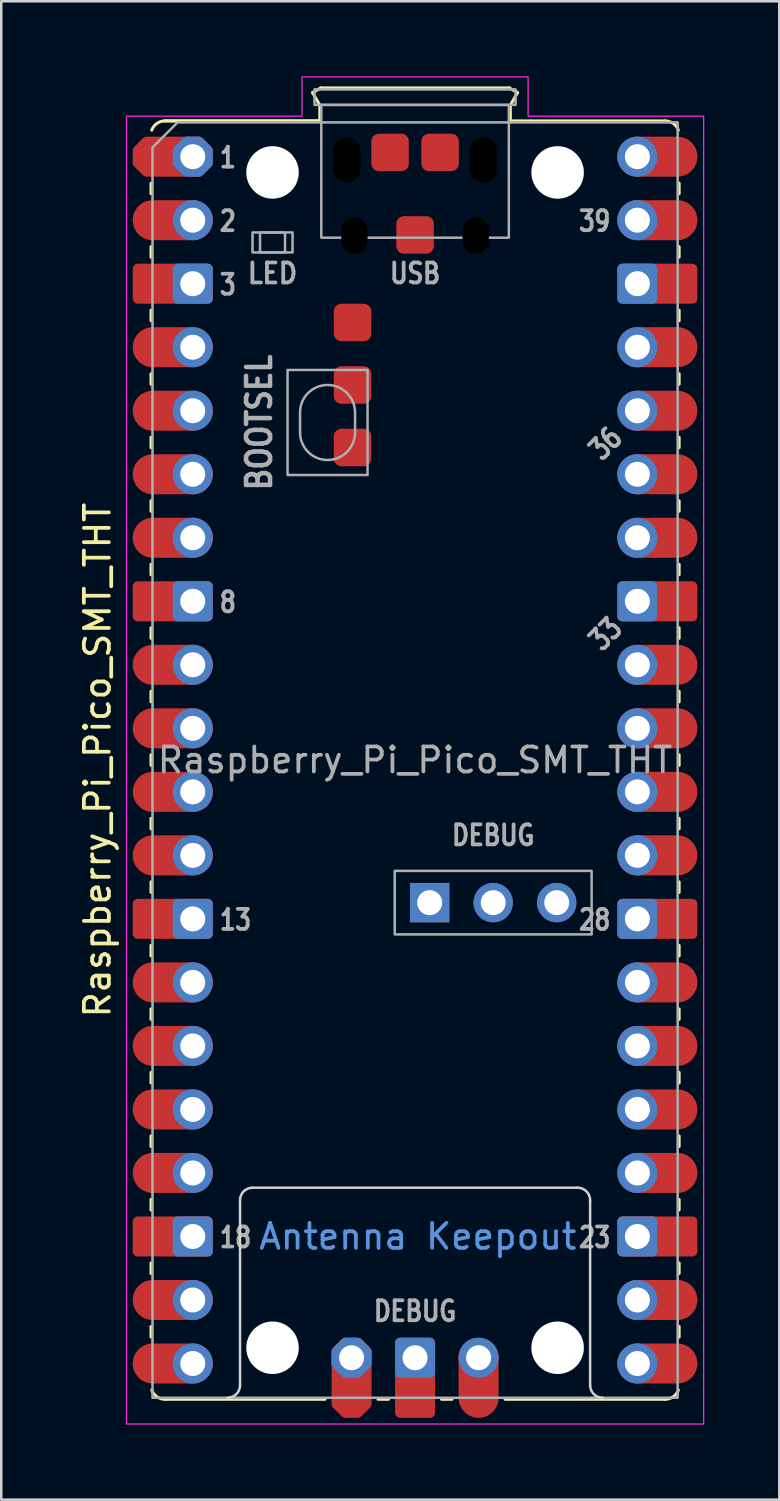
<source format=kicad_pcb>
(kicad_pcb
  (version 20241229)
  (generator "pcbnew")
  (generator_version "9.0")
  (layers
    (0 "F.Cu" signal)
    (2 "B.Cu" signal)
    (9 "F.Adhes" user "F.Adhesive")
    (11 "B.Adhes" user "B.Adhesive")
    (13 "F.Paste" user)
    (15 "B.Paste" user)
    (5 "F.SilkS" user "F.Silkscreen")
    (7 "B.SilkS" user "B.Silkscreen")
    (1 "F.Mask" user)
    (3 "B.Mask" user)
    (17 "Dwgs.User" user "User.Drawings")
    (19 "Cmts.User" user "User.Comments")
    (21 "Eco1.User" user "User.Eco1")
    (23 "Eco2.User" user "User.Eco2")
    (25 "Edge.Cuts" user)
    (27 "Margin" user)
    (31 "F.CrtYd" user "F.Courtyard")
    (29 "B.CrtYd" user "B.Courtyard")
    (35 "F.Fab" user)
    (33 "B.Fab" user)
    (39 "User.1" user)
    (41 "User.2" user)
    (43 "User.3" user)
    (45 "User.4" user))
  (footprint "Raspberry_Pi_Pico_SMT_THT"
    (layer "F.Cu")
    (at 4.658 3.215)
    (property "Reference" "Raspberry_Pi_Pico_SMT_THT" (at -3.81 24.13 270) (layer "F.SilkS") (effects (font (size 1 1) (thickness 0.15))))
    (attr through_hole)
    (fp_line (start -1.67 1.06) (end -1.67 1.48) (stroke (width 0.12) (type solid)) (layer "F.SilkS"))
    (fp_line (start -1.67 3.6) (end -1.67 4.02) (stroke (width 0.12) (type solid)) (layer "F.SilkS"))
    (fp_line (start -1.67 6.14) (end -1.67 6.56) (stroke (width 0.12) (type solid)) (layer "F.SilkS"))
    (fp_line (start -1.67 8.68) (end -1.67 9.1) (stroke (width 0.12) (type solid)) (layer "F.SilkS"))
    (fp_line (start -1.67 11.22) (end -1.67 11.64) (stroke (width 0.12) (type solid)) (layer "F.SilkS"))
    (fp_line (start -1.67 13.76) (end -1.67 14.18) (stroke (width 0.12) (type solid)) (layer "F.SilkS"))
    (fp_line (start -1.67 16.3) (end -1.67 16.72) (stroke (width 0.12) (type solid)) (layer "F.SilkS"))
    (fp_line (start -1.67 18.84) (end -1.67 19.26) (stroke (width 0.12) (type solid)) (layer "F.SilkS"))
    (fp_line (start -1.67 21.38) (end -1.67 21.8) (stroke (width 0.12) (type solid)) (layer "F.SilkS"))
    (fp_line (start -1.67 23.92) (end -1.67 24.34) (stroke (width 0.12) (type solid)) (layer "F.SilkS"))
    (fp_line (start -1.67 26.46) (end -1.67 26.88) (stroke (width 0.12) (type solid)) (layer "F.SilkS"))
    (fp_line (start -1.67 29) (end -1.67 29.42) (stroke (width 0.12) (type solid)) (layer "F.SilkS"))
    (fp_line (start -1.67 31.54) (end -1.67 31.96) (stroke (width 0.12) (type solid)) (layer "F.SilkS"))
    (fp_line (start -1.67 34.08) (end -1.67 34.5) (stroke (width 0.12) (type solid)) (layer "F.SilkS"))
    (fp_line (start -1.67 36.62) (end -1.67 37.04) (stroke (width 0.12) (type solid)) (layer "F.SilkS"))
    (fp_line (start -1.67 39.16) (end -1.67 39.58) (stroke (width 0.12) (type solid)) (layer "F.SilkS"))
    (fp_line (start -1.67 41.7) (end -1.67 42.12) (stroke (width 0.12) (type solid)) (layer "F.SilkS"))
    (fp_line (start -1.67 44.24) (end -1.67 44.66) (stroke (width 0.12) (type solid)) (layer "F.SilkS"))
    (fp_line (start -1.67 46.78) (end -1.67 47.2) (stroke (width 0.12) (type solid)) (layer "F.SilkS"))
    (fp_line (start -1.11 -1.43) (end 5.08 -1.43) (stroke (width 0.12) (type solid)) (layer "F.SilkS"))
    (fp_line (start -1.11 49.69) (end 5.29 49.69) (stroke (width 0.12) (type solid)) (layer "F.SilkS"))
    (fp_line (start 4.79 -2.56) (end 5.12 -2.75) (stroke (width 0.12) (type solid)) (layer "F.SilkS"))
    (fp_line (start 5.08 -2.06) (end 4.79 -2.56) (stroke (width 0.12) (type solid)) (layer "F.SilkS"))
    (fp_line (start 5.08 -1.43) (end -1.11 -1.43) (stroke (width 0.12) (type solid)) (layer "F.SilkS"))
    (fp_line (start 5.08 -1.43) (end 5.08 -2.06) (stroke (width 0.12) (type solid)) (layer "F.SilkS"))
    (fp_line (start 5.12 -2.75) (end 12.66 -2.75) (stroke (width 0.12) (type solid)) (layer "F.SilkS"))
    (fp_line (start 7.41 49.69) (end 7.83 49.69) (stroke (width 0.12) (type solid)) (layer "F.SilkS"))
    (fp_line (start 9.95 49.69) (end 10.37 49.69) (stroke (width 0.12) (type solid)) (layer "F.SilkS"))
    (fp_line (start 12.49 49.69) (end 18.89 49.69) (stroke (width 0.12) (type solid)) (layer "F.SilkS"))
    (fp_line (start 12.66 -2.75) (end 12.99 -2.56) (stroke (width 0.12) (type solid)) (layer "F.SilkS"))
    (fp_line (start 12.7 -2.06) (end 12.7 -1.43) (stroke (width 0.12) (type solid)) (layer "F.SilkS"))
    (fp_line (start 12.99 -2.56) (end 12.7 -2.06) (stroke (width 0.12) (type solid)) (layer "F.SilkS"))
    (fp_line (start 18.89 -1.43) (end 12.7 -1.43) (stroke (width 0.12) (type solid)) (layer "F.SilkS"))
    (fp_line (start 19.45 1.06) (end 19.45 1.48) (stroke (width 0.12) (type solid)) (layer "F.SilkS"))
    (fp_line (start 19.45 3.6) (end 19.45 4.02) (stroke (width 0.12) (type solid)) (layer "F.SilkS"))
    (fp_line (start 19.45 6.14) (end 19.45 6.56) (stroke (width 0.12) (type solid)) (layer "F.SilkS"))
    (fp_line (start 19.45 8.68) (end 19.45 9.1) (stroke (width 0.12) (type solid)) (layer "F.SilkS"))
    (fp_line (start 19.45 11.22) (end 19.45 11.64) (stroke (width 0.12) (type solid)) (layer "F.SilkS"))
    (fp_line (start 19.45 13.76) (end 19.45 14.18) (stroke (width 0.12) (type solid)) (layer "F.SilkS"))
    (fp_line (start 19.45 16.3) (end 19.45 16.72) (stroke (width 0.12) (type solid)) (layer "F.SilkS"))
    (fp_line (start 19.45 18.84) (end 19.45 19.26) (stroke (width 0.12) (type solid)) (layer "F.SilkS"))
    (fp_line (start 19.45 21.38) (end 19.45 21.8) (stroke (width 0.12) (type solid)) (layer "F.SilkS"))
    (fp_line (start 19.45 23.92) (end 19.45 24.34) (stroke (width 0.12) (type solid)) (layer "F.SilkS"))
    (fp_line (start 19.45 26.46) (end 19.45 26.88) (stroke (width 0.12) (type solid)) (layer "F.SilkS"))
    (fp_line (start 19.45 29) (end 19.45 29.42) (stroke (width 0.12) (type solid)) (layer "F.SilkS"))
    (fp_line (start 19.45 31.54) (end 19.45 31.96) (stroke (width 0.12) (type solid)) (layer "F.SilkS"))
    (fp_line (start 19.45 34.08) (end 19.45 34.5) (stroke (width 0.12) (type solid)) (layer "F.SilkS"))
    (fp_line (start 19.45 36.62) (end 19.45 37.04) (stroke (width 0.12) (type solid)) (layer "F.SilkS"))
    (fp_line (start 19.45 39.16) (end 19.45 39.58) (stroke (width 0.12) (type solid)) (layer "F.SilkS"))
    (fp_line (start 19.45 41.7) (end 19.45 42.12) (stroke (width 0.12) (type solid)) (layer "F.SilkS"))
    (fp_line (start 19.45 44.24) (end 19.45 44.66) (stroke (width 0.12) (type solid)) (layer "F.SilkS"))
    (fp_line (start 19.45 46.78) (end 19.45 47.2) (stroke (width 0.12) (type solid)) (layer "F.SilkS"))
    (fp_arc (start -1.64 -1.06) (mid -1.433508 -1.328808) (end -1.11 -1.43) (stroke (width 0.12) (type solid)) (layer "F.SilkS"))
    (fp_arc (start -1.11 49.69) (mid -1.433508 49.588809) (end -1.64 49.32) (stroke (width 0.12) (type solid)) (layer "F.SilkS"))
    (fp_arc (start 18.89 -1.43) (mid 19.213508 -1.328809) (end 19.42 -1.06) (stroke (width 0.12) (type solid)) (layer "F.SilkS"))
    (fp_arc (start 19.42 49.32) (mid 19.213508 49.588808) (end 18.89 49.69) (stroke (width 0.12) (type solid)) (layer "F.SilkS"))
    (fp_line (start 1.89 49.13) (end 1.89 41.73) (stroke (width 0.1) (type solid)) (layer "Edge.Cuts"))
    (fp_line (start 2.39 41.23) (end 15.39 41.23) (stroke (width 0.1) (type solid)) (layer "Edge.Cuts"))
    (fp_line (start 15.89 41.73) (end 15.89 49.13) (stroke (width 0.1) (type solid)) (layer "Edge.Cuts"))
    (fp_arc (start 1.89 41.73) (mid 2.036447 41.376447) (end 2.39 41.23) (stroke (width 0.1) (type solid)) (layer "Edge.Cuts"))
    (fp_arc (start 1.89 49.13) (mid 1.743553 49.483553) (end 1.39 49.63) (stroke (width 0.1) (type solid)) (layer "Edge.Cuts"))
    (fp_arc (start 15.39 41.23) (mid 15.743553 41.376447) (end 15.89 41.73) (stroke (width 0.1) (type solid)) (layer "Edge.Cuts"))
    (fp_arc (start 16.39 49.63) (mid 16.036447 49.483553) (end 15.89 49.13) (stroke (width 0.1) (type solid)) (layer "Edge.Cuts"))
    (fp_poly (pts (xy 13.41 -1.62) (xy 20.43 -1.62) (xy 20.43 50.68) (xy -2.65 50.68) (xy -2.65 -1.62) (xy 4.37 -1.62) (xy 4.37 -3.19) (xy 13.41 -3.19)) (stroke (width 0.05) (type solid)) (fill no) (layer "F.CrtYd"))
    (fp_line (start 4.29 10.23) (end 4.29 11.03) (stroke (width 0.1) (type solid)) (layer "F.Fab"))
    (fp_line (start 6.49 10.23) (end 6.49 11.03) (stroke (width 0.1) (type solid)) (layer "F.Fab"))
    (fp_rect (start 2.39 3.03) (end 3.99 3.83) (stroke (width 0.1) (type solid)) (fill no) (layer "F.Fab"))
    (fp_rect (start 2.69 3.03) (end 3.69 3.83) (stroke (width 0.1) (type solid)) (fill no) (layer "F.Fab"))
    (fp_rect (start 3.79 8.53) (end 6.99 12.73) (stroke (width 0.1) (type solid)) (fill no) (layer "F.Fab"))
    (fp_rect (start 4.87 -2.69) (end 12.91 -2.07) (stroke (width 0.1) (type solid)) (fill no) (layer "F.Fab"))
    (fp_rect (start 5.14 -2.07) (end 12.64 3.24) (stroke (width 0.1) (type solid)) (fill no) (layer "F.Fab"))
    (fp_rect (start 8.077 28.56) (end 15.951 31.1) (stroke (width 0.1) (type solid)) (fill no) (layer "F.Fab"))
    (fp_arc (start 4.29 10.23) (mid 5.39 9.13) (end 6.49 10.23) (stroke (width 0.1) (type solid)) (layer "F.Fab"))
    (fp_arc (start 6.49 11.03) (mid 5.39 12.13) (end 4.29 11.03) (stroke (width 0.1) (type solid)) (layer "F.Fab"))
    (fp_poly (pts (xy 19.39 49.63) (xy -1.61 49.63) (xy -1.61 -0.37) (xy -0.61 -1.37) (xy 19.39 -1.37)) (stroke (width 0.1) (type solid)) (fill no) (layer "F.Fab"))
    (fp_text user "Antenna Keepout" (at 9 43.18 0) (unlocked yes) (layer "Cmts.User") (effects (font (size 1 1) (thickness 0.15))))
    (fp_text user "18" (at 1 43.218 0) (unlocked yes) (layer "F.Fab") (effects (font (size 0.8 0.64) (thickness 0.15)) (justify left)))
    (fp_text user "28" (at 16.78 30.518 0) (unlocked yes) (layer "F.Fab") (effects (font (size 0.8 0.64) (thickness 0.15)) (justify right)))
    (fp_text user "2" (at 1 2.578 0) (unlocked yes) (layer "F.Fab") (effects (font (size 0.8 0.64) (thickness 0.15)) (justify left)))
    (fp_text user "${REFERENCE}" (at 8.89 24.13 0) (unlocked yes) (layer "F.Fab") (effects (font (size 1 1) (thickness 0.15))))
    (fp_text user "USB" (at 8.89 4.668 0) (unlocked yes) (layer "F.Fab") (effects (font (size 0.8 0.66) (thickness 0.15))))
    (fp_text user "BOOTSEL" (at 2.656 10.63 90) (unlocked yes) (layer "F.Fab") (effects (font (size 0.96 0.825) (thickness 0.18))))
    (fp_text user "39" (at 16.78 2.578 0) (unlocked yes) (layer "F.Fab") (effects (font (size 0.8 0.64) (thickness 0.15)) (justify right)))
    (fp_text user "3" (at 1 5.118 0) (unlocked yes) (layer "F.Fab") (effects (font (size 0.8 0.64) (thickness 0.15)) (justify left)))
    (fp_text user "8" (at 1 17.818 0) (unlocked yes) (layer "F.Fab") (effects (font (size 0.8 0.64) (thickness 0.15)) (justify left)))
    (fp_text user "33" (at 16.51 19.088 45) (unlocked yes) (layer "F.Fab") (effects (font (size 0.8 0.64) (thickness 0.15))))
    (fp_text user "LED" (at 3.19 4.668 0) (unlocked yes) (layer "F.Fab") (effects (font (size 0.8 0.72) (thickness 0.15))))
    (fp_text user "DEBUG" (at 12.014 27.138 0) (unlocked yes) (layer "F.Fab") (effects (font (size 0.8 0.66) (thickness 0.15))))
    (fp_text user "1" (at 1 0.038 0) (unlocked yes) (layer "F.Fab") (effects (font (size 0.8 0.64) (thickness 0.15)) (justify left)))
    (fp_text user "36" (at 16.51 11.468 45) (unlocked yes) (layer "F.Fab") (effects (font (size 0.8 0.64) (thickness 0.15))))
    (fp_text user "23" (at 16.78 43.218 0) (unlocked yes) (layer "F.Fab") (effects (font (size 0.8 0.64) (thickness 0.15)) (justify right)))
    (fp_text user "DEBUG" (at 8.89 46.168 0) (unlocked yes) (layer "F.Fab") (effects (font (size 0.8 0.66) (thickness 0.15))))
    (fp_text user "13" (at 1 30.518 0) (unlocked yes) (layer "F.Fab") (effects (font (size 0.8 0.64) (thickness 0.15)) (justify left)))
    (pad "" np_thru_hole circle (at 3.19 0.63) (size 2.1 2.1) (drill 2.1) (layers "*.Cu" "*.Mask"))
    (pad "" np_thru_hole circle (at 3.19 47.63) (size 2.1 2.1) (drill 2.1) (layers "*.Cu" "*.Mask"))
    (pad "" np_thru_hole oval (at 6.165 0.13) (size 1.1 1.8) (drill oval 1.1 1.8) (layers "*.Mask"))
    (pad "" np_thru_hole oval (at 6.465 3.16) (size 1.05 1.45) (drill oval 1.05 1.45) (layers "*.Mask"))
    (pad "" np_thru_hole oval (at 11.315 3.16) (size 1.05 1.45) (drill oval 1.05 1.45) (layers "*.Mask"))
    (pad "" np_thru_hole oval (at 11.615 0.13) (size 1.1 1.8) (drill oval 1.1 1.8) (layers "*.Mask"))
    (pad "" np_thru_hole circle (at 14.59 0.63) (size 2.1 2.1) (drill 2.1) (layers "*.Cu" "*.Mask"))
    (pad "" np_thru_hole circle (at 14.59 47.63) (size 2.1 2.1) (drill 2.1) (layers "*.Cu" "*.Mask"))
    (pad "1" smd custom (at -1.6 0) (size 1.6 1.6) (layers "F.Cu" "F.Mask") (options (anchor circle)) (primitives (gr_poly (pts (xy 2.2 0.249) (xy 1.849 0.6) (xy -0.249 0.6) (xy -0.6 0.249) (xy -0.6 -0.249) (xy -0.249 -0.6) (xy 1.849 -0.6) (xy 2.2 -0.249)) (width 0.4) (fill yes))))
    (pad "1" thru_hole custom (at 0 0) (size 1.6 1.6) (drill 1) (layers "*.Cu" "*.Mask") (options (anchor circle)) (primitives (gr_poly (pts (xy 0.6 0.249) (xy 0.249 0.6) (xy -0.249 0.6) (xy -0.6 0.249) (xy -0.6 -0.249) (xy -0.249 -0.6) (xy 0.249 -0.6) (xy 0.6 -0.249)) (width 0.4) (fill yes))))
    (pad "2" smd oval (at -1.6 2.54) (size 3.2 1.6) (drill (offset 0.8 0)) (layers "F.Cu" "F.Mask"))
    (pad "2" thru_hole circle (at 0 2.54) (size 1.6 1.6) (drill 1) (layers "*.Cu" "*.Mask"))
    (pad "3" smd roundrect (at -1.6 5.08) (size 3.2 1.6) (drill (offset 0.8 0)) (layers "F.Cu" "F.Mask") (roundrect_rratio 0.125))
    (pad "3" thru_hole roundrect (at 0 5.08) (size 1.6 1.6) (drill 1) (layers "*.Cu" "*.Mask") (roundrect_rratio 0.125))
    (pad "4" smd oval (at -1.6 7.62) (size 3.2 1.6) (drill (offset 0.8 0)) (layers "F.Cu" "F.Mask"))
    (pad "4" thru_hole circle (at 0 7.62) (size 1.6 1.6) (drill 1) (layers "*.Cu" "*.Mask"))
    (pad "5" smd oval (at -1.6 10.16) (size 3.2 1.6) (drill (offset 0.8 0)) (layers "F.Cu" "F.Mask"))
    (pad "5" thru_hole circle (at 0 10.16) (size 1.6 1.6) (drill 1) (layers "*.Cu" "*.Mask"))
    (pad "6" smd oval (at -1.6 12.7) (size 3.2 1.6) (drill (offset 0.8 0)) (layers "F.Cu" "F.Mask"))
    (pad "6" thru_hole circle (at 0 12.7) (size 1.6 1.6) (drill 1) (layers "*.Cu" "*.Mask"))
    (pad "7" smd oval (at -1.6 15.24) (size 3.2 1.6) (drill (offset 0.8 0)) (layers "F.Cu" "F.Mask"))
    (pad "7" thru_hole circle (at 0 15.24) (size 1.6 1.6) (drill 1) (layers "*.Cu" "*.Mask"))
    (pad "8" smd roundrect (at -1.6 17.78) (size 3.2 1.6) (drill (offset 0.8 0)) (layers "F.Cu" "F.Mask") (roundrect_rratio 0.125))
    (pad "8" thru_hole roundrect (at 0 17.78) (size 1.6 1.6) (drill 1) (layers "*.Cu" "*.Mask") (roundrect_rratio 0.125))
    (pad "9" smd oval (at -1.6 20.32) (size 3.2 1.6) (drill (offset 0.8 0)) (layers "F.Cu" "F.Mask"))
    (pad "9" thru_hole circle (at 0 20.32) (size 1.6 1.6) (drill 1) (layers "*.Cu" "*.Mask"))
    (pad "10" smd oval (at -1.6 22.86) (size 3.2 1.6) (drill (offset 0.8 0)) (layers "F.Cu" "F.Mask"))
    (pad "10" thru_hole circle (at 0 22.86) (size 1.6 1.6) (drill 1) (layers "*.Cu" "*.Mask"))
    (pad "11" smd oval (at -1.6 25.4) (size 3.2 1.6) (drill (offset 0.8 0)) (layers "F.Cu" "F.Mask"))
    (pad "11" thru_hole circle (at 0 25.4) (size 1.6 1.6) (drill 1) (layers "*.Cu" "*.Mask"))
    (pad "12" smd oval (at -1.6 27.94) (size 3.2 1.6) (drill (offset 0.8 0)) (layers "F.Cu" "F.Mask"))
    (pad "12" thru_hole circle (at 0 27.94) (size 1.6 1.6) (drill 1) (layers "*.Cu" "*.Mask"))
    (pad "13" smd roundrect (at -1.6 30.48) (size 3.2 1.6) (drill (offset 0.8 0)) (layers "F.Cu" "F.Mask") (roundrect_rratio 0.125))
    (pad "13" thru_hole roundrect (at 0 30.48) (size 1.6 1.6) (drill 1) (layers "*.Cu" "*.Mask") (roundrect_rratio 0.125))
    (pad "14" smd oval (at -1.6 33.02) (size 3.2 1.6) (drill (offset 0.8 0)) (layers "F.Cu" "F.Mask"))
    (pad "14" thru_hole circle (at 0 33.02) (size 1.6 1.6) (drill 1) (layers "*.Cu" "*.Mask"))
    (pad "15" smd oval (at -1.6 35.56) (size 3.2 1.6) (drill (offset 0.8 0)) (layers "F.Cu" "F.Mask"))
    (pad "15" thru_hole circle (at 0 35.56) (size 1.6 1.6) (drill 1) (layers "*.Cu" "*.Mask"))
    (pad "16" smd oval (at -1.6 38.1) (size 3.2 1.6) (drill (offset 0.8 0)) (layers "F.Cu" "F.Mask"))
    (pad "16" thru_hole circle (at 0 38.1) (size 1.6 1.6) (drill 1) (layers "*.Cu" "*.Mask"))
    (pad "17" smd oval (at -1.6 40.64) (size 3.2 1.6) (drill (offset 0.8 0)) (layers "F.Cu" "F.Mask"))
    (pad "17" thru_hole circle (at 0 40.64) (size 1.6 1.6) (drill 1) (layers "*.Cu" "*.Mask"))
    (pad "18" smd roundrect (at -1.6 43.18) (size 3.2 1.6) (drill (offset 0.8 0)) (layers "F.Cu" "F.Mask") (roundrect_rratio 0.125))
    (pad "18" thru_hole roundrect (at 0 43.18) (size 1.6 1.6) (drill 1) (layers "*.Cu" "*.Mask") (roundrect_rratio 0.125))
    (pad "19" smd oval (at -1.6 45.72) (size 3.2 1.6) (drill (offset 0.8 0)) (layers "F.Cu" "F.Mask"))
    (pad "19" thru_hole circle (at 0 45.72) (size 1.6 1.6) (drill 1) (layers "*.Cu" "*.Mask"))
    (pad "20" smd oval (at -1.6 48.26) (size 3.2 1.6) (drill (offset 0.8 0)) (layers "F.Cu" "F.Mask"))
    (pad "20" thru_hole circle (at 0 48.26) (size 1.6 1.6) (drill 1) (layers "*.Cu" "*.Mask"))
    (pad "21" thru_hole circle (at 17.78 48.26) (size 1.6 1.6) (drill 1) (layers "*.Cu" "*.Mask"))
    (pad "21" smd oval (at 19.38 48.26) (size 3.2 1.6) (drill (offset -0.8 0)) (layers "F.Cu" "F.Mask"))
    (pad "22" thru_hole circle (at 17.78 45.72) (size 1.6 1.6) (drill 1) (layers "*.Cu" "*.Mask"))
    (pad "22" smd oval (at 19.38 45.72) (size 3.2 1.6) (drill (offset -0.8 0)) (layers "F.Cu" "F.Mask"))
    (pad "23" thru_hole roundrect (at 17.78 43.18) (size 1.6 1.6) (drill 1) (layers "*.Cu" "*.Mask") (roundrect_rratio 0.125))
    (pad "23" smd roundrect (at 19.38 43.18) (size 3.2 1.6) (drill (offset -0.8 0)) (layers "F.Cu" "F.Mask") (roundrect_rratio 0.125))
    (pad "24" thru_hole circle (at 17.78 40.64) (size 1.6 1.6) (drill 1) (layers "*.Cu" "*.Mask"))
    (pad "24" smd oval (at 19.38 40.64) (size 3.2 1.6) (drill (offset -0.8 0)) (layers "F.Cu" "F.Mask"))
    (pad "25" thru_hole circle (at 17.78 38.1) (size 1.6 1.6) (drill 1) (layers "*.Cu" "*.Mask"))
    (pad "25" smd oval (at 19.38 38.1) (size 3.2 1.6) (drill (offset -0.8 0)) (layers "F.Cu" "F.Mask"))
    (pad "26" thru_hole circle (at 17.78 35.56) (size 1.6 1.6) (drill 1) (layers "*.Cu" "*.Mask"))
    (pad "26" smd oval (at 19.38 35.56) (size 3.2 1.6) (drill (offset -0.8 0)) (layers "F.Cu" "F.Mask"))
    (pad "27" thru_hole circle (at 17.78 33.02) (size 1.6 1.6) (drill 1) (layers "*.Cu" "*.Mask"))
    (pad "27" smd oval (at 19.38 33.02) (size 3.2 1.6) (drill (offset -0.8 0)) (layers "F.Cu" "F.Mask"))
    (pad "28" thru_hole roundrect (at 17.78 30.48) (size 1.6 1.6) (drill 1) (layers "*.Cu" "*.Mask") (roundrect_rratio 0.125))
    (pad "28" smd roundrect (at 19.38 30.48) (size 3.2 1.6) (drill (offset -0.8 0)) (layers "F.Cu" "F.Mask") (roundrect_rratio 0.125))
    (pad "29" thru_hole circle (at 17.78 27.94) (size 1.6 1.6) (drill 1) (layers "*.Cu" "*.Mask"))
    (pad "29" smd oval (at 19.38 27.94) (size 3.2 1.6) (drill (offset -0.8 0)) (layers "F.Cu" "F.Mask"))
    (pad "30" thru_hole circle (at 17.78 25.4) (size 1.6 1.6) (drill 1) (layers "*.Cu" "*.Mask"))
    (pad "30" smd oval (at 19.38 25.4) (size 3.2 1.6) (drill (offset -0.8 0)) (layers "F.Cu" "F.Mask"))
    (pad "31" thru_hole circle (at 17.78 22.86) (size 1.6 1.6) (drill 1) (layers "*.Cu" "*.Mask"))
    (pad "31" smd oval (at 19.38 22.86) (size 3.2 1.6) (drill (offset -0.8 0)) (layers "F.Cu" "F.Mask"))
    (pad "32" thru_hole circle (at 17.78 20.32) (size 1.6 1.6) (drill 1) (layers "*.Cu" "*.Mask"))
    (pad "32" smd oval (at 19.38 20.32) (size 3.2 1.6) (drill (offset -0.8 0)) (layers "F.Cu" "F.Mask"))
    (pad "33" thru_hole roundrect (at 17.78 17.78) (size 1.6 1.6) (drill 1) (layers "*.Cu" "*.Mask") (roundrect_rratio 0.125))
    (pad "33" smd roundrect (at 19.38 17.78) (size 3.2 1.6) (drill (offset -0.8 0)) (layers "F.Cu" "F.Mask") (roundrect_rratio 0.125))
    (pad "34" thru_hole circle (at 17.78 15.24) (size 1.6 1.6) (drill 1) (layers "*.Cu" "*.Mask"))
    (pad "34" smd oval (at 19.38 15.24) (size 3.2 1.6) (drill (offset -0.8 0)) (layers "F.Cu" "F.Mask"))
    (pad "35" thru_hole circle (at 17.78 12.7) (size 1.6 1.6) (drill 1) (layers "*.Cu" "*.Mask"))
    (pad "35" smd oval (at 19.38 12.7) (size 3.2 1.6) (drill (offset -0.8 0)) (layers "F.Cu" "F.Mask"))
    (pad "36" thru_hole circle (at 17.78 10.16) (size 1.6 1.6) (drill 1) (layers "*.Cu" "*.Mask"))
    (pad "36" smd oval (at 19.38 10.16) (size 3.2 1.6) (drill (offset -0.8 0)) (layers "F.Cu" "F.Mask"))
    (pad "37" thru_hole circle (at 17.78 7.62) (size 1.6 1.6) (drill 1) (layers "*.Cu" "*.Mask"))
    (pad "37" smd oval (at 19.38 7.62) (size 3.2 1.6) (drill (offset -0.8 0)) (layers "F.Cu" "F.Mask"))
    (pad "38" thru_hole roundrect (at 17.78 5.08) (size 1.6 1.6) (drill 1) (layers "*.Cu" "*.Mask") (roundrect_rratio 0.125))
    (pad "38" smd roundrect (at 19.38 5.08) (size 3.2 1.6) (drill (offset -0.8 0)) (layers "F.Cu" "F.Mask") (roundrect_rratio 0.125))
    (pad "39" thru_hole circle (at 17.78 2.54) (size 1.6 1.6) (drill 1) (layers "*.Cu" "*.Mask"))
    (pad "39" smd oval (at 19.38 2.54) (size 3.2 1.6) (drill (offset -0.8 0)) (layers "F.Cu" "F.Mask"))
    (pad "40" thru_hole circle (at 17.78 0) (size 1.6 1.6) (drill 1) (layers "*.Cu" "*.Mask"))
    (pad "40" smd oval (at 19.38 0) (size 3.2 1.6) (drill (offset -0.8 0)) (layers "F.Cu" "F.Mask"))
    (pad "41" thru_hole custom (at 6.35 48.03) (size 1.6 1.6) (drill 1) (layers "*.Cu" "*.Mask") (options (anchor circle)) (primitives (gr_poly (pts (xy 0.6 0.249) (xy 0.249 0.6) (xy -0.249 0.6) (xy -0.6 0.249) (xy -0.6 -0.249) (xy -0.249 -0.6) (xy 0.249 -0.6) (xy 0.6 -0.249)) (width 0.4) (fill yes))))
    (pad "41" smd custom (at 6.35 49.63) (size 1.6 1.6) (layers "F.Cu" "F.Mask") (options (anchor circle)) (primitives (gr_poly (pts (xy 0.6 0.249) (xy 0.249 0.6) (xy -0.249 0.6) (xy -0.6 0.249) (xy -0.6 -1.849) (xy -0.249 -2.2) (xy 0.249 -2.2) (xy 0.6 -1.849)) (width 0.4) (fill yes))))
    (pad "41" thru_hole rect (at 9.474 29.83) (size 1.575 1.575) (drill 1) (layers "*.Cu" "*.Mask"))
    (pad "42" thru_hole roundrect (at 8.89 48.03) (size 1.6 1.6) (drill 1) (layers "*.Cu" "*.Mask") (roundrect_rratio 0.125))
    (pad "42" smd roundrect (at 8.89 49.63) (size 1.6 3.2) (drill (offset 0 -0.8)) (layers "F.Cu" "F.Mask") (roundrect_rratio 0.125))
    (pad "42" thru_hole circle (at 12.014 29.83) (size 1.575 1.575) (drill 1) (layers "*.Cu" "*.Mask"))
    (pad "43" thru_hole circle (at 11.43 48.03) (size 1.6 1.6) (drill 1) (layers "*.Cu" "*.Mask"))
    (pad "43" smd oval (at 11.43 49.63) (size 1.6 3.2) (drill (offset 0 -0.8)) (layers "F.Cu" "F.Mask"))
    (pad "43" thru_hole circle (at 14.554 29.83) (size 1.575 1.575) (drill 1) (layers "*.Cu" "*.Mask"))
    (pad "51" smd roundrect (at 8.89 3.13) (size 1.5 1.5) (property pad_prop_testpoint) (layers "F.Cu" "F.Mask") (roundrect_rratio 0.2))
    (pad "52" smd roundrect (at 9.89 -0.17) (size 1.5 1.5) (property pad_prop_testpoint) (layers "F.Cu" "F.Mask") (roundrect_rratio 0.2))
    (pad "53" smd roundrect (at 7.89 -0.17) (size 1.5 1.5) (property pad_prop_testpoint) (layers "F.Cu" "F.Mask") (roundrect_rratio 0.2))
    (pad "54" smd roundrect (at 6.39 6.63) (size 1.5 1.5) (property pad_prop_testpoint) (layers "F.Cu" "F.Mask") (roundrect_rratio 0.2))
    (pad "55" smd roundrect (at 6.39 9.13) (size 1.5 1.5) (property pad_prop_testpoint) (layers "F.Cu" "F.Mask") (roundrect_rratio 0.2))
    (pad "56" smd roundrect (at 6.39 11.63) (size 1.5 1.5) (property pad_prop_testpoint) (layers "F.Cu" "F.Mask") (roundrect_rratio 0.2))
    (zone (net_name "") (layer "F.Cu") (name "Test Point Keepout") (hatch full 0.508) (connect_pads) (min_thickness 0.254) (filled_areas_thickness no) (keepout (tracks not_allowed) (vias not_allowed) (pads allowed) (copperpour not_allowed) (footprints allowed)) (placement (enabled no)) (fill) (polygon (pts (xy 12.098 10.895) (xy 9.998 10.895) (xy 9.998 8.795) (xy 12.098 8.795))))
    (zone (net_name "") (layer "F.Cu") (name "Test Point Keepout") (hatch full 0.508) (connect_pads) (min_thickness 0.254) (filled_areas_thickness no) (keepout (tracks not_allowed) (vias not_allowed) (pads allowed) (copperpour not_allowed) (footprints allowed)) (placement (enabled no)) (fill) (polygon (pts (xy 12.098 13.395) (xy 9.998 13.395) (xy 9.998 11.295) (xy 12.098 11.295))))
    (zone (net_name "") (layer "F.Cu") (name "Test Point Keepout") (hatch full 0.508) (connect_pads) (min_thickness 0.254) (filled_areas_thickness no) (keepout (tracks not_allowed) (vias not_allowed) (pads allowed) (copperpour not_allowed) (footprints allowed)) (placement (enabled no)) (fill) (polygon (pts (xy 12.098 15.895) (xy 9.998 15.895) (xy 9.998 13.795) (xy 12.098 13.795))))
    (zone (net_name "") (layer "F.Cu") (name "Test Point Keepout") (hatch full 0.508) (connect_pads) (min_thickness 0.254) (filled_areas_thickness no) (keepout (tracks not_allowed) (vias not_allowed) (pads allowed) (copperpour not_allowed) (footprints allowed)) (placement (enabled no)) (fill) (polygon (pts (xy 14.598 7.395) (xy 12.498 7.395) (xy 12.498 5.295) (xy 14.598 5.295))))
    (zone (net_name "") (layer "F.Cu") (name "Test Point Keepout") (hatch full 0.508) (connect_pads) (min_thickness 0.254) (filled_areas_thickness no) (keepout (tracks not_allowed) (vias not_allowed) (pads allowed) (copperpour not_allowed) (footprints allowed)) (placement (enabled no)) (fill) (polygon (pts (xy 15.598 4.095) (xy 11.498 4.095) (xy 11.498 1.995) (xy 15.598 1.995))))
    (zone (net_name "") (layers "F.Cu" "F.Mask" "B.Cu" "B.Mask" "F.SilkS" "B.SilkS" "F.Adhes" "B.Adhes" "F.Paste" "B.Paste") (name "Antenna Keepout") (hatch full 0.508) (connect_pads) (min_thickness 0.254) (filled_areas_thickness no) (keepout (tracks not_allowed) (vias not_allowed) (pads not_allowed) (copperpour not_allowed) (footprints not_allowed)) (placement (enabled no)) (fill) (polygon (pts (xy 20.548 52.845) (xy 6.548 52.845) (xy 6.548 44.445) (xy 20.548 44.445)))))
  (gr_rect
    (start -3 -3)
    (end 28.113 56.92)
    (stroke (width 0.1) (type default))
    (fill no)
    (layer "Edge.Cuts")))
</source>
